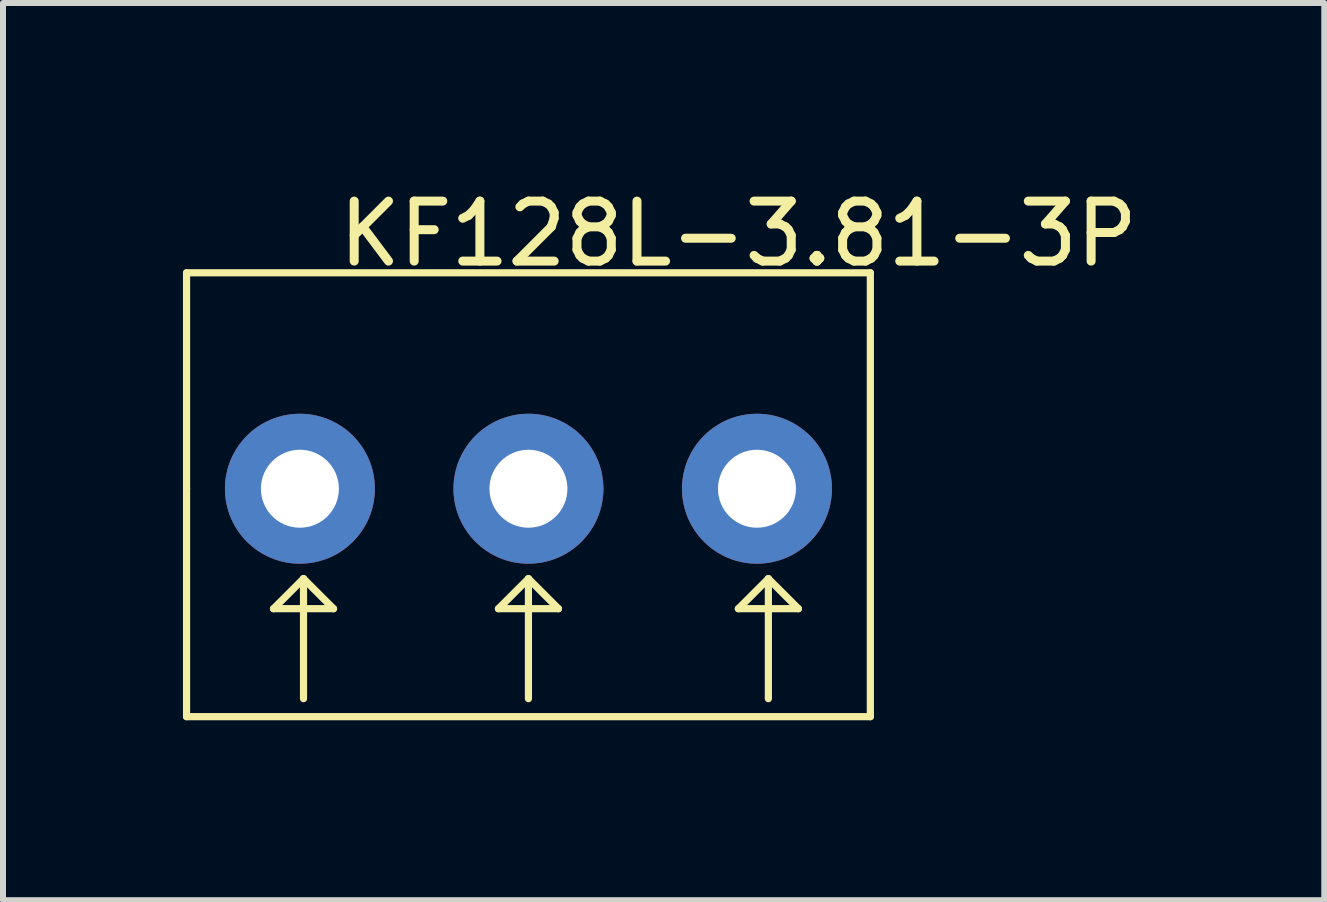
<source format=kicad_pcb>
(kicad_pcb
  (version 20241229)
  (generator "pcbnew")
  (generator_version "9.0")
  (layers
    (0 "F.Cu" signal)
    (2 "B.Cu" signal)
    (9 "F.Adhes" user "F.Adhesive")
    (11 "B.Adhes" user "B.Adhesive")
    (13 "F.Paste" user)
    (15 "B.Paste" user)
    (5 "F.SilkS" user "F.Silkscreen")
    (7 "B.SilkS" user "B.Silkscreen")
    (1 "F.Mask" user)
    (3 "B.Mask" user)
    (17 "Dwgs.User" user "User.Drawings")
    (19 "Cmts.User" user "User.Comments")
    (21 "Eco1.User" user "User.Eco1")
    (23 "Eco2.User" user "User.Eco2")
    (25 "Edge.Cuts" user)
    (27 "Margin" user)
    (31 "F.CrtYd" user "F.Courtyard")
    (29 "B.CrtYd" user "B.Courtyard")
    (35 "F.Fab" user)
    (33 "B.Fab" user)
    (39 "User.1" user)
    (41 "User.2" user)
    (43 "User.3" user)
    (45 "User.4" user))
  (footprint "KF128L-3.81-3P"
    (layer "F.Cu")
    (at 5.76 5.098)
    (property "Reference" "KF128L-3.81-3P" (at 3.5 -4.25 0) (layer "F.SilkS") (effects (font (size 1 1) (thickness 0.15))))
    (attr through_hole)
    (fp_line (start -5.7 -3.6) (end -5.7 0) (stroke (width 0.12) (type solid)) (layer "F.SilkS"))
    (fp_line (start -5.7 0) (end -5.7 3.8) (stroke (width 0.12) (type solid)) (layer "F.SilkS"))
    (fp_line (start -5.7 3.8) (end 5.7 3.8) (stroke (width 0.12) (type solid)) (layer "F.SilkS"))
    (fp_line (start -4.25 2) (end -3.25 2) (stroke (width 0.12) (type solid)) (layer "F.SilkS"))
    (fp_line (start -3.75 1.5) (end -4.25 2) (stroke (width 0.12) (type solid)) (layer "F.SilkS"))
    (fp_line (start -3.75 1.5) (end -3.75 3.5) (stroke (width 0.12) (type solid)) (layer "F.SilkS"))
    (fp_line (start -3.25 2) (end -3.75 1.5) (stroke (width 0.12) (type solid)) (layer "F.SilkS"))
    (fp_line (start -0.5 2) (end 0.5 2) (stroke (width 0.12) (type solid)) (layer "F.SilkS"))
    (fp_line (start 0 1.5) (end -0.5 2) (stroke (width 0.12) (type solid)) (layer "F.SilkS"))
    (fp_line (start 0 1.5) (end 0 3.5) (stroke (width 0.12) (type solid)) (layer "F.SilkS"))
    (fp_line (start 0.5 2) (end 0 1.5) (stroke (width 0.12) (type solid)) (layer "F.SilkS"))
    (fp_line (start 3.5 2) (end 4.5 2) (stroke (width 0.12) (type solid)) (layer "F.SilkS"))
    (fp_line (start 4 1.5) (end 3.5 2) (stroke (width 0.12) (type solid)) (layer "F.SilkS"))
    (fp_line (start 4 1.5) (end 4 3.5) (stroke (width 0.12) (type solid)) (layer "F.SilkS"))
    (fp_line (start 4.5 2) (end 4 1.5) (stroke (width 0.12) (type solid)) (layer "F.SilkS"))
    (fp_line (start 5.7 -3.6) (end -5.7 -3.6) (stroke (width 0.12) (type solid)) (layer "F.SilkS"))
    (fp_line (start 5.7 3.8) (end 5.7 -3.6) (stroke (width 0.12) (type solid)) (layer "F.SilkS"))
    (pad "1" thru_hole circle (at -3.81 0) (size 2.5 2.5) (drill 1.3) (layers "*.Cu" "*.Mask"))
    (pad "2" thru_hole circle (at 0 0) (size 2.5 2.5) (drill 1.3) (layers "*.Cu" "*.Mask"))
    (pad "3" thru_hole circle (at 3.81 0) (size 2.5 2.5) (drill 1.3) (layers "*.Cu" "*.Mask")))
  (gr_rect
    (start -3 -3)
    (end 19.028 11.958)
    (stroke (width 0.1) (type default))
    (fill no)
    (layer "Edge.Cuts")))
</source>
